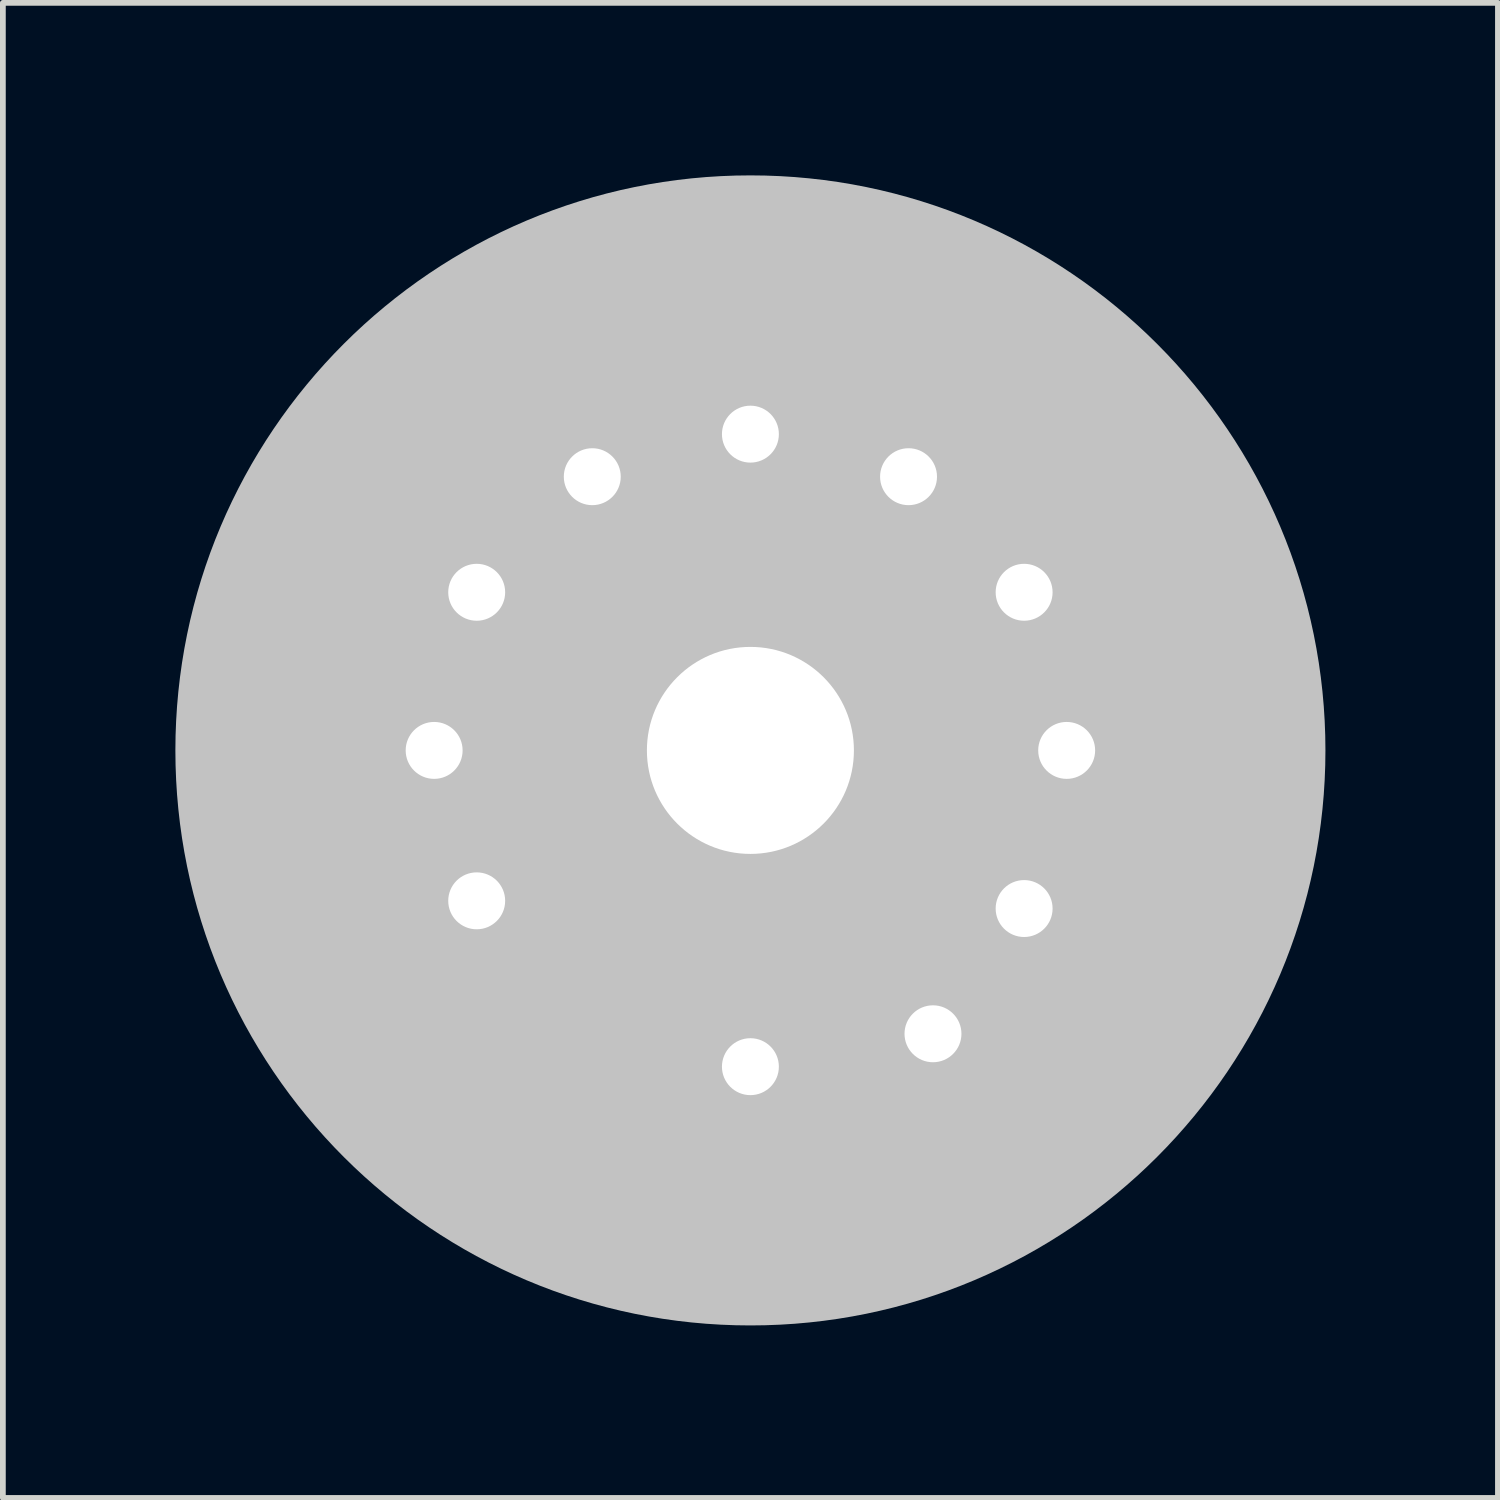
<source format=kicad_pcb>
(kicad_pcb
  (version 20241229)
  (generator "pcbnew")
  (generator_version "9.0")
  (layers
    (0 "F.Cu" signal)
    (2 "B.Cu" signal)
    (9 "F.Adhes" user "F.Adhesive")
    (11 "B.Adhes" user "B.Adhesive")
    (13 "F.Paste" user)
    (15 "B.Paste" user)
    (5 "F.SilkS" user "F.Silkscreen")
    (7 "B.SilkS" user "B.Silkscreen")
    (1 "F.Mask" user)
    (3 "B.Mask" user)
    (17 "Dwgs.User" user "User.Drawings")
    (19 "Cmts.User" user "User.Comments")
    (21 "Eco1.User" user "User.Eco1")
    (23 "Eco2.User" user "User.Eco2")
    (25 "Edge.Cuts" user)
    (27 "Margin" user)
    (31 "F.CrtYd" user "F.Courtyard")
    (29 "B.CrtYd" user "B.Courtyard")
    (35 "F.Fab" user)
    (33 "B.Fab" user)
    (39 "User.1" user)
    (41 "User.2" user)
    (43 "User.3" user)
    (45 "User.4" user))
  (footprint "IN2-NIXIE"
    (layer "F.Cu")
    (at 10 10)
    (property "Reference" "IN2-NIXIE" (at 0 -8.636 0) (unlocked yes) (layer "F.SilkS") (effects (font (size 0.7 0.7) (thickness 0.1))))
    (attr smd)
    (pad "" np_thru_hole circle (at 0 0) (size 4 4) (drill 3.6) (layers "*.Cu" "*.Mask"))
    (pad "" smd circle (at 0 0) (size 20 20) (property pad_prop_fiducial_loc) (layers "Dwgs.User"))
    (pad "1" thru_hole circle (at -4.76 2.616) (size 2.28 2.28) (drill 0.99) (layers "*.Cu" "*.Mask"))
    (pad "2" thru_hole circle (at -5.5 0) (size 2.28 2.28) (drill 0.99) (layers "*.Cu" "*.Mask"))
    (pad "3" thru_hole circle (at -4.76 -2.75 180) (size 2.28 2.28) (drill 0.99) (layers "*.Cu" "*.Mask"))
    (pad "4" thru_hole circle (at -2.75 -4.76) (size 2.28 2.28) (drill 0.99) (layers "*.Cu" "*.Mask"))
    (pad "5" thru_hole circle (at 0 -5.5) (size 2.28 2.28) (drill 0.99) (layers "*.Cu" "*.Mask"))
    (pad "6" thru_hole circle (at 2.75 -4.76) (size 2.28 2.28) (drill 0.99) (layers "*.Cu" "*.Mask"))
    (pad "7" thru_hole circle (at 4.76 -2.75) (size 2.28 2.28) (drill 0.99) (layers "*.Cu" "*.Mask"))
    (pad "8" thru_hole circle (at 5.5 0) (size 2.28 2.28) (drill 0.99) (layers "*.Cu" "*.Mask"))
    (pad "9" thru_hole circle (at 4.76 2.75) (size 2.28 2.28) (drill 0.99) (layers "*.Cu" "*.Mask"))
    (pad "10" thru_hole circle (at 3.175 4.928) (size 2.28 2.28) (drill 0.99) (layers "*.Cu" "*.Mask"))
    (pad "11" thru_hole circle (at 0 5.5) (size 2.28 2.28) (drill 0.99) (layers "*.Cu" "*.Mask")))
  (gr_rect
    (start -3 -3)
    (end 23 23)
    (stroke (width 0.1) (type default))
    (fill no)
    (layer "Edge.Cuts")))
</source>
